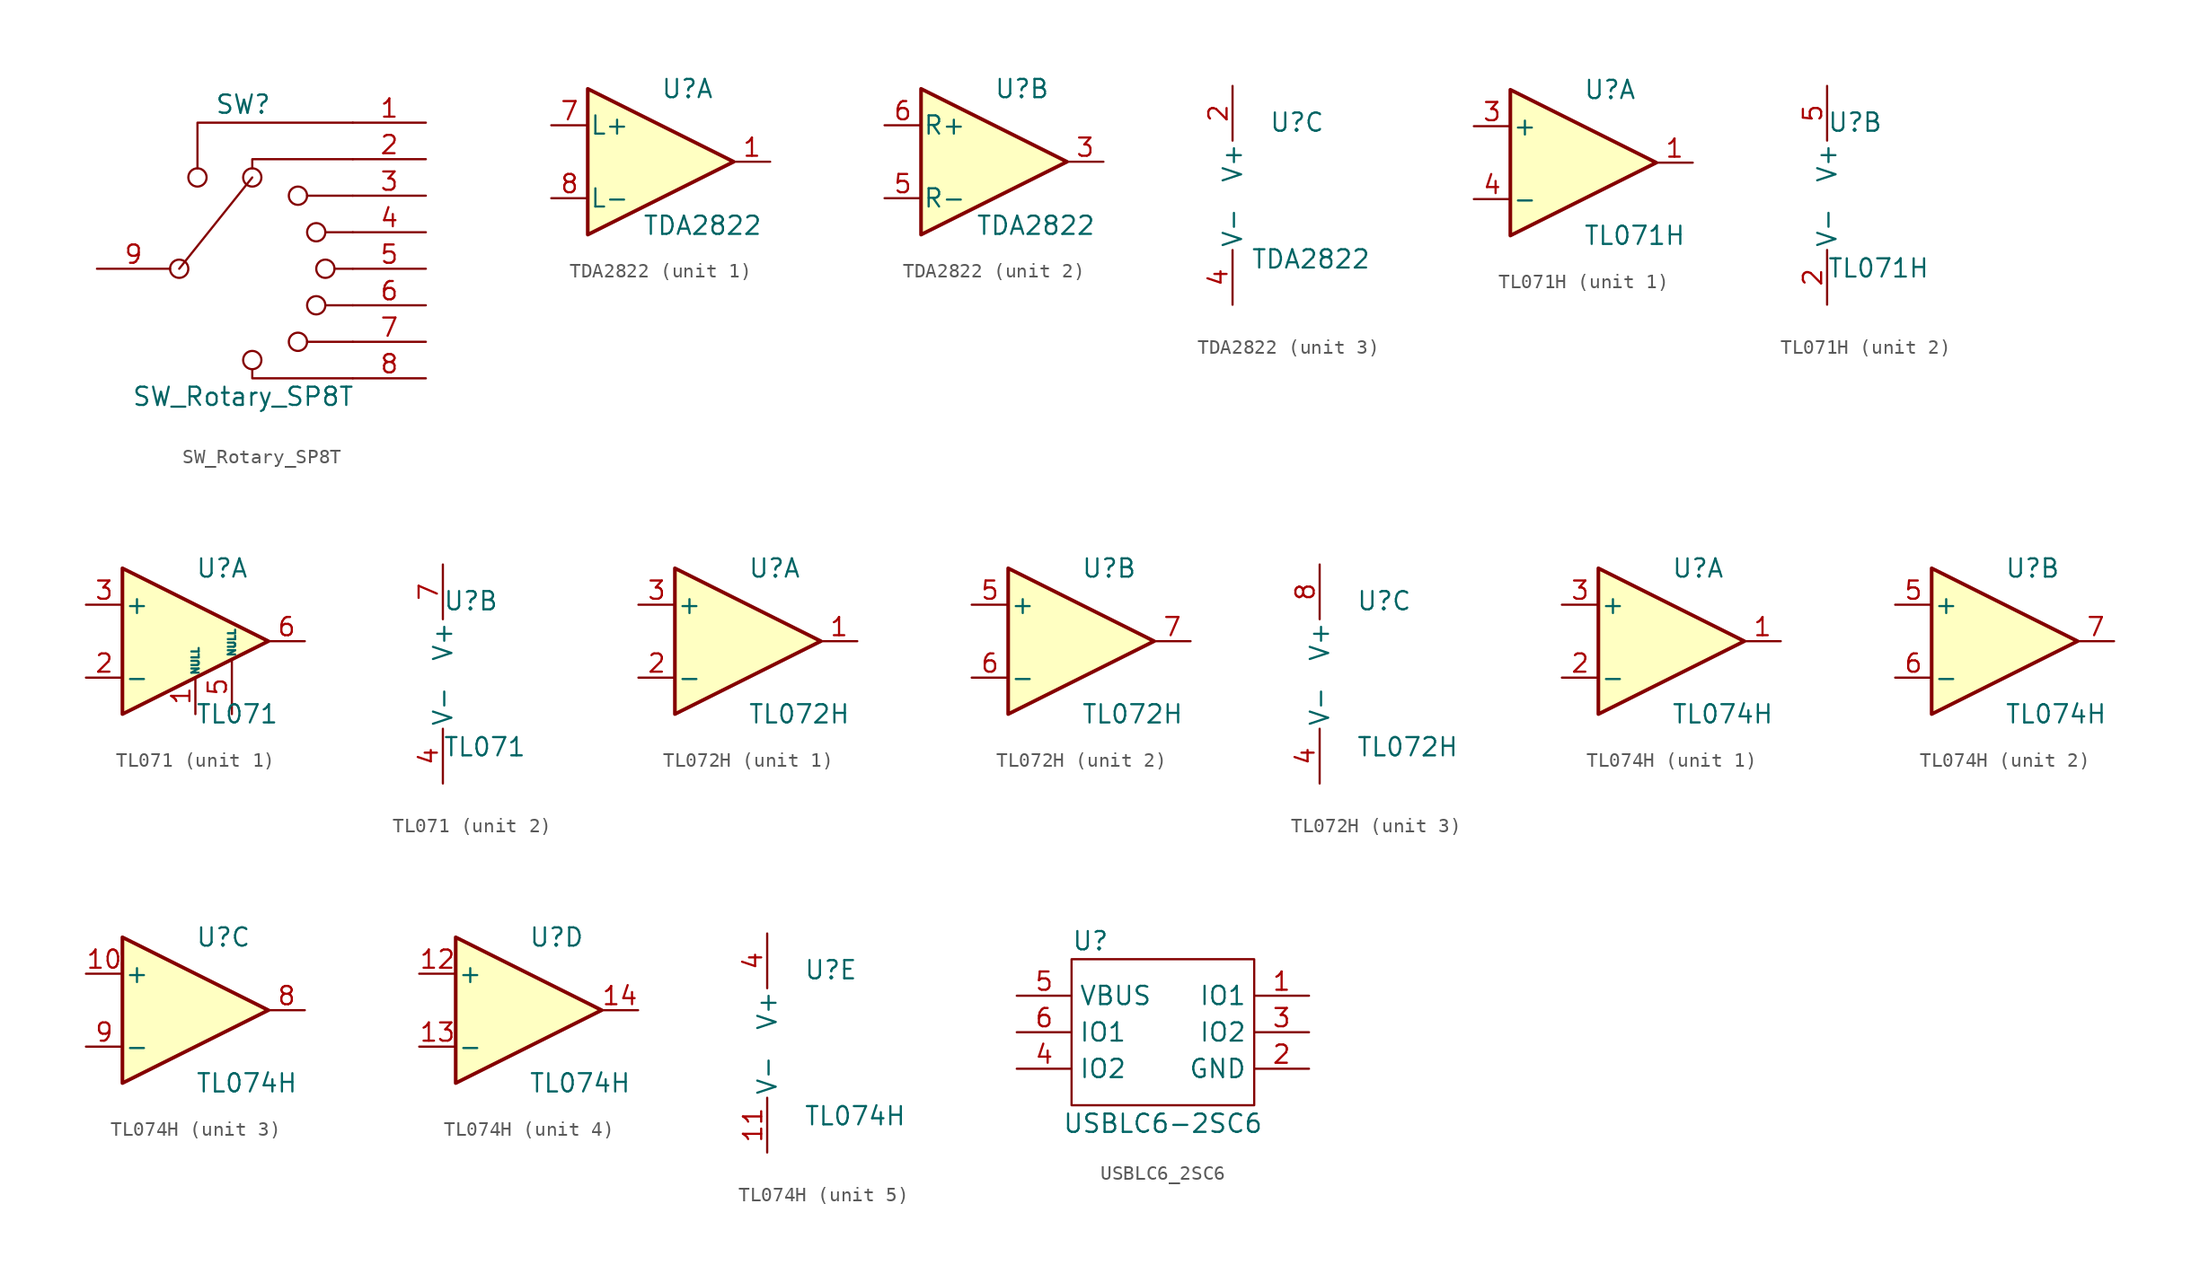
<source format=kicad_sym>
(kicad_symbol_lib
  (version 20231120)
  (generator "kicad_symbol_editor")
  (generator_version "8.0")
  (symbol "SW_Rotary_SP8T"
    (pin_names
      (offset 1.016) hide)
    (property "Reference" "SW"
      (at 0 11.43 0)
      (effects (font (size 1.27 1.27))))
    (property "Value" "SW_Rotary_SP8T"
      (at 0 -8.89 0)
      (effects (font (size 1.27 1.27))))
    (symbol "SW_Rotary_SP8T_0_1"
      (polyline (pts (xy 0.635 -6.985) (xy 0.635 -7.62) (xy 7.62 -7.62)) (stroke (width 0) (type default)) (fill (type none)))
      (polyline (pts (xy 7.62 10.16) (xy -3.175 10.16) (xy -3.175 6.985)) (stroke (width 0) (type default)) (fill (type none))))
    (symbol "SW_Rotary_SP8T_1_0"
      (circle (center -4.445 0) (radius 0.635) (stroke (width 0) (type default)) (fill (type none)))
      (circle (center -3.175 6.35) (radius 0.635) (stroke (width 0) (type default)) (fill (type none)))
      (polyline (pts (xy -4.445 0) (xy 0.635 6.35)) (stroke (width 0) (type default)) (fill (type none)))
      (polyline (pts (xy 4.445 5.08) (xy 7.62 5.08)) (stroke (width 0) (type default)) (fill (type none)))
      (polyline (pts (xy 5.715 -2.54) (xy 7.62 -2.54)) (stroke (width 0) (type default)) (fill (type none)))
      (polyline (pts (xy 5.715 2.54) (xy 7.62 2.54)) (stroke (width 0) (type default)) (fill (type none)))
      (polyline (pts (xy 6.35 0) (xy 7.62 0)) (stroke (width 0) (type default)) (fill (type none)))
      (polyline (pts (xy 7.62 -5.08) (xy 4.445 -5.08)) (stroke (width 0) (type default)) (fill (type none)))
      (polyline (pts (xy 0.635 6.985) (xy 0.635 7.62) (xy 7.62 7.62)) (stroke (width 0) (type default)) (fill (type none)))
      (circle (center 0.635 -6.35) (radius 0.635) (stroke (width 0) (type default)) (fill (type none)))
      (circle (center 0.635 6.35) (radius 0.635) (stroke (width 0) (type default)) (fill (type none)))
      (circle (center 3.81 -5.08) (radius 0.635) (stroke (width 0) (type default)) (fill (type none)))
      (circle (center 3.81 5.08) (radius 0.635) (stroke (width 0) (type default)) (fill (type none)))
      (circle (center 5.08 -2.54) (radius 0.635) (stroke (width 0) (type default)) (fill (type none)))
      (circle (center 5.08 2.54) (radius 0.635) (stroke (width 0) (type default)) (fill (type none)))
      (circle (center 5.715 0) (radius 0.635) (stroke (width 0) (type default)) (fill (type none))))
    (symbol "SW_Rotary_SP8T_1_1"
      (pin passive line (at 12.7 10.16 180) (length 5.08) (name "1" (effects (font (size 1.27 1.27)))) (number "1" (effects (font (size 1.27 1.27)))))
      (pin passive line (at 12.7 7.62 180) (length 5.08) (name "2" (effects (font (size 1.27 1.27)))) (number "2" (effects (font (size 1.27 1.27)))))
      (pin passive line (at 12.7 5.08 180) (length 5.08) (name "3" (effects (font (size 1.27 1.27)))) (number "3" (effects (font (size 1.27 1.27)))))
      (pin passive line (at 12.7 2.54 180) (length 5.08) (name "4" (effects (font (size 1.27 1.27)))) (number "4" (effects (font (size 1.27 1.27)))))
      (pin passive line (at 12.7 0 180) (length 5.08) (name "5" (effects (font (size 1.27 1.27)))) (number "5" (effects (font (size 1.27 1.27)))))
      (pin passive line (at 12.7 -2.54 180) (length 5.08) (name "6" (effects (font (size 1.27 1.27)))) (number "6" (effects (font (size 1.27 1.27)))))
      (pin passive line (at 12.7 -5.08 180) (length 5.08) (name "7" (effects (font (size 1.27 1.27)))) (number "7" (effects (font (size 1.27 1.27)))))
      (pin passive line (at 12.7 -7.62 180) (length 5.08) (name "8" (effects (font (size 1.27 1.27)))) (number "8" (effects (font (size 1.27 1.27)))))
      (pin passive line (at -10.16 0 0) (length 5.08) (name "9" (effects (font (size 1.27 1.27)))) (number "9" (effects (font (size 1.27 1.27)))))))
  (symbol "TDA2822"
    (pin_names
      (offset 0.127))
    (property "Reference" "U"
      (at 0 5.08 0)
      (effects (font (size 1.27 1.27)) (justify left)))
    (property "Value" "TDA2822"
      (at -1.27 -4.445 0)
      (effects (font (size 1.27 1.27)) (justify left)))
    (property "ki_locked" ""
      (at 0 0 0)
      (effects (font (size 1.27 1.27))))
    (symbol "TDA2822_1_1"
      (polyline (pts (xy -5.08 5.08) (xy 5.08 0) (xy -5.08 -5.08) (xy -5.08 5.08)) (stroke (width 0.254) (type default)) (fill (type background)))
      (pin output line (at 7.62 0 180) (length 2.54) (name "~" (effects (font (size 1.27 1.27)))) (number "1" (effects (font (size 1.27 1.27)))))
      (pin input line (at -7.62 2.54 0) (length 2.54) (name "L+" (effects (font (size 1.27 1.27)))) (number "7" (effects (font (size 1.27 1.27)))))
      (pin input line (at -7.62 -2.54 0) (length 2.54) (name "L-" (effects (font (size 1.27 1.27)))) (number "8" (effects (font (size 1.27 1.27))))))
    (symbol "TDA2822_2_1"
      (polyline (pts (xy -5.08 5.08) (xy 5.08 0) (xy -5.08 -5.08) (xy -5.08 5.08)) (stroke (width 0.254) (type default)) (fill (type background)))
      (pin output line (at 7.62 0 180) (length 2.54) (name "~" (effects (font (size 1.27 1.27)))) (number "3" (effects (font (size 1.27 1.27)))))
      (pin input line (at -7.62 -2.54 0) (length 2.54) (name "R-" (effects (font (size 1.27 1.27)))) (number "5" (effects (font (size 1.27 1.27)))))
      (pin input line (at -7.62 2.54 0) (length 2.54) (name "R+" (effects (font (size 1.27 1.27)))) (number "6" (effects (font (size 1.27 1.27))))))
    (symbol "TDA2822_3_1"
      (pin power_in line (at -2.54 7.62 270) (length 3.81) (name "V+" (effects (font (size 1.27 1.27)))) (number "2" (effects (font (size 1.27 1.27)))))
      (pin power_in line (at -2.54 -7.62 90) (length 3.81) (name "V-" (effects (font (size 1.27 1.27)))) (number "4" (effects (font (size 1.27 1.27)))))))
  (symbol "TL071H"
    (pin_names
      (offset 0.127))
    (property "Reference" "U"
      (at 0 5.08 0)
      (effects (font (size 1.27 1.27)) (justify left)))
    (property "Value" "TL071H"
      (at 0 -5.08 0)
      (effects (font (size 1.27 1.27)) (justify left)))
    (property "ki_locked" ""
      (at 0 0 0)
      (effects (font (size 1.27 1.27))))
    (symbol "TL071H_1_1"
      (polyline (pts (xy -5.08 5.08) (xy 5.08 0) (xy -5.08 -5.08) (xy -5.08 5.08)) (stroke (width 0.254) (type default)) (fill (type background)))
      (pin output line (at 7.62 0 180) (length 2.54) (name "~" (effects (font (size 1.27 1.27)))) (number "1" (effects (font (size 1.27 1.27)))))
      (pin input line (at -7.62 2.54 0) (length 2.54) (name "+" (effects (font (size 1.27 1.27)))) (number "3" (effects (font (size 1.27 1.27)))))
      (pin input line (at -7.62 -2.54 0) (length 2.54) (name "-" (effects (font (size 1.27 1.27)))) (number "4" (effects (font (size 1.27 1.27)))))
      (pin no_connect line (at 0 2.54 270) (length 2.54) hide (name "NC" (effects (font (size 1.27 1.27)))) (number "8" (effects (font (size 1.27 1.27))))))
    (symbol "TL071H_2_1"
      (pin power_in line (at 0 -7.62 90) (length 3.81) (name "V-" (effects (font (size 1.27 1.27)))) (number "2" (effects (font (size 1.27 1.27)))))
      (pin power_in line (at 0 7.62 270) (length 3.81) (name "V+" (effects (font (size 1.27 1.27)))) (number "5" (effects (font (size 1.27 1.27)))))))
  (symbol "TL071"
    (pin_names
      (offset 0.127))
    (property "Reference" "U"
      (at 0 5.08 0)
      (effects (font (size 1.27 1.27)) (justify left)))
    (property "Value" "TL071"
      (at 0 -5.08 0)
      (effects (font (size 1.27 1.27)) (justify left)))
    (property "ki_locked" ""
      (at 0 0 0)
      (effects (font (size 1.27 1.27))))
    (symbol "TL071_1_1"
      (polyline (pts (xy -5.08 5.08) (xy 5.08 0) (xy -5.08 -5.08) (xy -5.08 5.08)) (stroke (width 0.254) (type default)) (fill (type background)))
      (pin input line (at 0 -5.08 90) (length 2.54) (name "NULL" (effects (font (size 0.508 0.508)))) (number "1" (effects (font (size 1.27 1.27)))))
      (pin input line (at -7.62 -2.54 0) (length 2.54) (name "-" (effects (font (size 1.27 1.27)))) (number "2" (effects (font (size 1.27 1.27)))))
      (pin input line (at -7.62 2.54 0) (length 2.54) (name "+" (effects (font (size 1.27 1.27)))) (number "3" (effects (font (size 1.27 1.27)))))
      (pin input line (at 2.54 -5.08 90) (length 3.81) (name "NULL" (effects (font (size 0.508 0.508)))) (number "5" (effects (font (size 1.27 1.27)))))
      (pin output line (at 7.62 0 180) (length 2.54) (name "~" (effects (font (size 1.27 1.27)))) (number "6" (effects (font (size 1.27 1.27)))))
      (pin no_connect line (at 0 2.54 270) (length 2.54) hide (name "NC" (effects (font (size 1.27 1.27)))) (number "8" (effects (font (size 1.27 1.27))))))
    (symbol "TL071_2_1"
      (pin power_in line (at 0 -7.62 90) (length 3.81) (name "V-" (effects (font (size 1.27 1.27)))) (number "4" (effects (font (size 1.27 1.27)))))
      (pin power_in line (at 0 7.62 270) (length 3.81) (name "V+" (effects (font (size 1.27 1.27)))) (number "7" (effects (font (size 1.27 1.27)))))))
  (symbol "TL072H"
    (pin_names
      (offset 0.127))
    (property "Reference" "U"
      (at 0 5.08 0)
      (effects (font (size 1.27 1.27)) (justify left)))
    (property "Value" "TL072H"
      (at 0 -5.08 0)
      (effects (font (size 1.27 1.27)) (justify left)))
    (property "ki_locked" ""
      (at 0 0 0)
      (effects (font (size 1.27 1.27))))
    (symbol "TL072H_1_1"
      (polyline (pts (xy -5.08 5.08) (xy 5.08 0) (xy -5.08 -5.08) (xy -5.08 5.08)) (stroke (width 0.254) (type default)) (fill (type background)))
      (pin output line (at 7.62 0 180) (length 2.54) (name "~" (effects (font (size 1.27 1.27)))) (number "1" (effects (font (size 1.27 1.27)))))
      (pin input line (at -7.62 -2.54 0) (length 2.54) (name "-" (effects (font (size 1.27 1.27)))) (number "2" (effects (font (size 1.27 1.27)))))
      (pin input line (at -7.62 2.54 0) (length 2.54) (name "+" (effects (font (size 1.27 1.27)))) (number "3" (effects (font (size 1.27 1.27))))))
    (symbol "TL072H_2_1"
      (polyline (pts (xy -5.08 5.08) (xy 5.08 0) (xy -5.08 -5.08) (xy -5.08 5.08)) (stroke (width 0.254) (type default)) (fill (type background)))
      (pin input line (at -7.62 2.54 0) (length 2.54) (name "+" (effects (font (size 1.27 1.27)))) (number "5" (effects (font (size 1.27 1.27)))))
      (pin input line (at -7.62 -2.54 0) (length 2.54) (name "-" (effects (font (size 1.27 1.27)))) (number "6" (effects (font (size 1.27 1.27)))))
      (pin output line (at 7.62 0 180) (length 2.54) (name "~" (effects (font (size 1.27 1.27)))) (number "7" (effects (font (size 1.27 1.27))))))
    (symbol "TL072H_3_1"
      (pin power_in line (at -2.54 -7.62 90) (length 3.81) (name "V-" (effects (font (size 1.27 1.27)))) (number "4" (effects (font (size 1.27 1.27)))))
      (pin power_in line (at -2.54 7.62 270) (length 3.81) (name "V+" (effects (font (size 1.27 1.27)))) (number "8" (effects (font (size 1.27 1.27)))))))
  (symbol "TL074H"
    (pin_names
      (offset 0.127))
    (property "Reference" "U"
      (at 0 5.08 0)
      (effects (font (size 1.27 1.27)) (justify left)))
    (property "Value" "TL074H"
      (at 0 -5.08 0)
      (effects (font (size 1.27 1.27)) (justify left)))
    (property "ki_locked" ""
      (at 0 0 0)
      (effects (font (size 1.27 1.27))))
    (symbol "TL074H_1_1"
      (polyline (pts (xy -5.08 5.08) (xy 5.08 0) (xy -5.08 -5.08) (xy -5.08 5.08)) (stroke (width 0.254) (type default)) (fill (type background)))
      (pin output line (at 7.62 0 180) (length 2.54) (name "~" (effects (font (size 1.27 1.27)))) (number "1" (effects (font (size 1.27 1.27)))))
      (pin input line (at -7.62 -2.54 0) (length 2.54) (name "-" (effects (font (size 1.27 1.27)))) (number "2" (effects (font (size 1.27 1.27)))))
      (pin input line (at -7.62 2.54 0) (length 2.54) (name "+" (effects (font (size 1.27 1.27)))) (number "3" (effects (font (size 1.27 1.27))))))
    (symbol "TL074H_2_1"
      (polyline (pts (xy -5.08 5.08) (xy 5.08 0) (xy -5.08 -5.08) (xy -5.08 5.08)) (stroke (width 0.254) (type default)) (fill (type background)))
      (pin input line (at -7.62 2.54 0) (length 2.54) (name "+" (effects (font (size 1.27 1.27)))) (number "5" (effects (font (size 1.27 1.27)))))
      (pin input line (at -7.62 -2.54 0) (length 2.54) (name "-" (effects (font (size 1.27 1.27)))) (number "6" (effects (font (size 1.27 1.27)))))
      (pin output line (at 7.62 0 180) (length 2.54) (name "~" (effects (font (size 1.27 1.27)))) (number "7" (effects (font (size 1.27 1.27))))))
    (symbol "TL074H_3_1"
      (polyline (pts (xy -5.08 5.08) (xy 5.08 0) (xy -5.08 -5.08) (xy -5.08 5.08)) (stroke (width 0.254) (type default)) (fill (type background)))
      (pin input line (at -7.62 2.54 0) (length 2.54) (name "+" (effects (font (size 1.27 1.27)))) (number "10" (effects (font (size 1.27 1.27)))))
      (pin output line (at 7.62 0 180) (length 2.54) (name "~" (effects (font (size 1.27 1.27)))) (number "8" (effects (font (size 1.27 1.27)))))
      (pin input line (at -7.62 -2.54 0) (length 2.54) (name "-" (effects (font (size 1.27 1.27)))) (number "9" (effects (font (size 1.27 1.27))))))
    (symbol "TL074H_4_1"
      (polyline (pts (xy -5.08 5.08) (xy 5.08 0) (xy -5.08 -5.08) (xy -5.08 5.08)) (stroke (width 0.254) (type default)) (fill (type background)))
      (pin input line (at -7.62 2.54 0) (length 2.54) (name "+" (effects (font (size 1.27 1.27)))) (number "12" (effects (font (size 1.27 1.27)))))
      (pin input line (at -7.62 -2.54 0) (length 2.54) (name "-" (effects (font (size 1.27 1.27)))) (number "13" (effects (font (size 1.27 1.27)))))
      (pin output line (at 7.62 0 180) (length 2.54) (name "~" (effects (font (size 1.27 1.27)))) (number "14" (effects (font (size 1.27 1.27))))))
    (symbol "TL074H_5_1"
      (pin power_in line (at -2.54 -7.62 90) (length 3.81) (name "V-" (effects (font (size 1.27 1.27)))) (number "11" (effects (font (size 1.27 1.27)))))
      (pin power_in line (at -2.54 7.62 270) (length 3.81) (name "V+" (effects (font (size 1.27 1.27)))) (number "4" (effects (font (size 1.27 1.27)))))))
  (symbol "USBLC6_2SC6"
    (property "Reference" "U"
      (at -6.35 6.35 0)
      (effects (font (size 1.27 1.27)) (justify left)))
    (property "Value" "USBLC6-2SC6"
      (at 0 -6.35 0)
      (effects (font (size 1.27 1.27))))
    (symbol "USBLC6_2SC6_1_1"
      (rectangle (start -6.35 5.08) (end 6.35 -5.08) (stroke (width 0) (type default)) (fill (type none)))
      (pin passive line (at 10.16 2.54 180) (length 3.81) (name "IO1" (effects (font (size 1.27 1.27)))) (number "1" (effects (font (size 1.27 1.27)))))
      (pin power_in line (at 10.16 -2.54 180) (length 3.81) (name "GND" (effects (font (size 1.27 1.27)))) (number "2" (effects (font (size 1.27 1.27)))))
      (pin passive line (at 10.16 0 180) (length 3.81) (name "IO2" (effects (font (size 1.27 1.27)))) (number "3" (effects (font (size 1.27 1.27)))))
      (pin passive line (at -10.16 -2.54 0) (length 3.81) (name "IO2" (effects (font (size 1.27 1.27)))) (number "4" (effects (font (size 1.27 1.27)))))
      (pin power_in line (at -10.16 2.54 0) (length 3.81) (name "VBUS" (effects (font (size 1.27 1.27)))) (number "5" (effects (font (size 1.27 1.27)))))
      (pin passive line (at -10.16 0 0) (length 3.81) (name "IO1" (effects (font (size 1.27 1.27)))) (number "6" (effects (font (size 1.27 1.27))))))))
</source>
